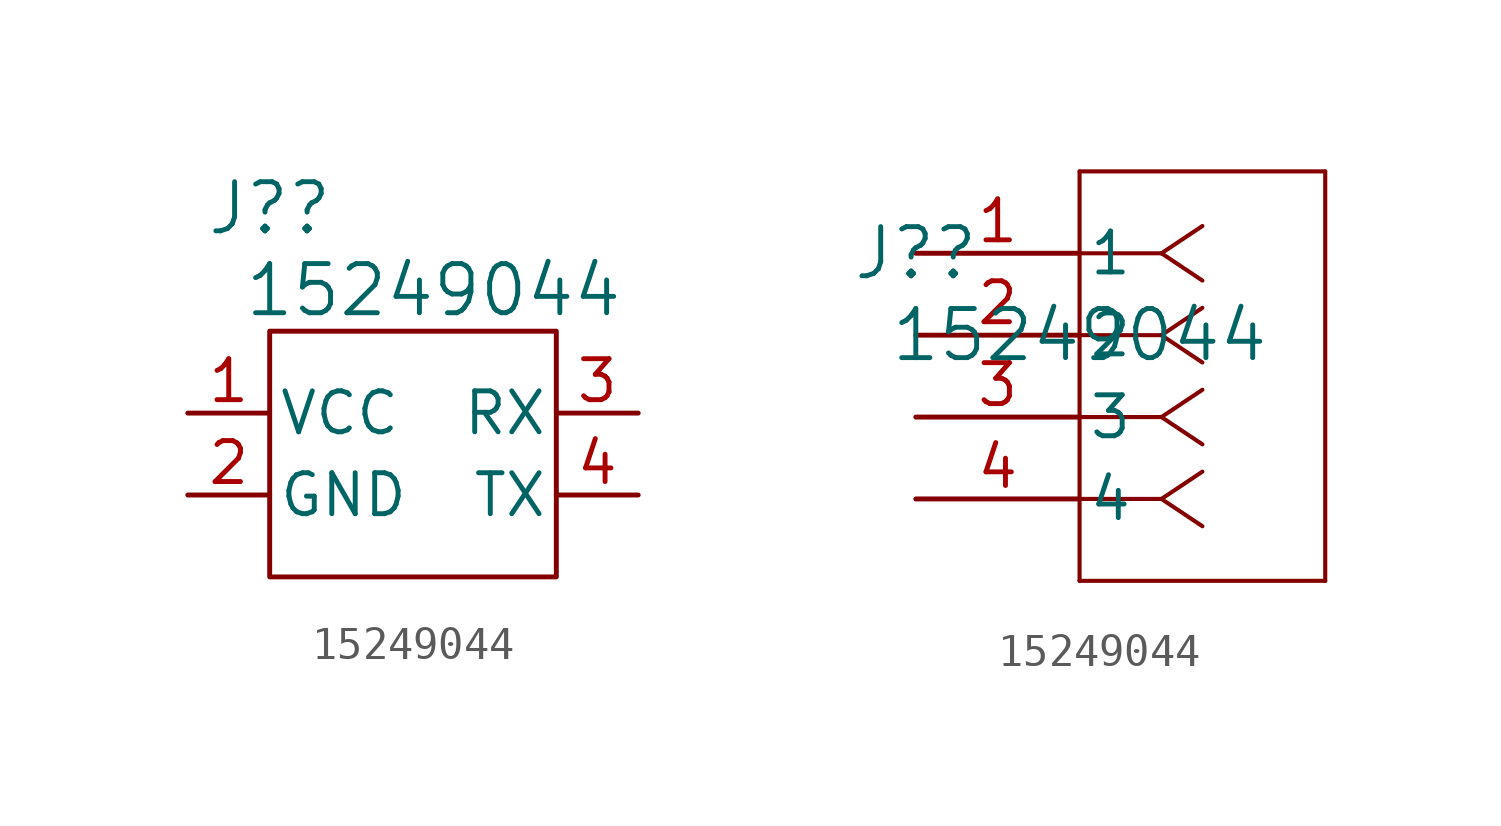
<source format=kicad_sym>
(kicad_symbol_lib
  (version 20220914)
  (generator kicad_symbol_editor)
  (symbol "15249044"
    (pin_names
      (offset 0.254))
    (property "Reference" "J?"
      (at 0 0 0)
      (effects (font (size 1.524 1.524))))
    (property "Value" "15249044"
      (at 5.08 -2.54 0)
      (effects (font (size 1.524 1.524))))
    (property "ki_locked" ""
      (at 0 0 0)
      (effects (font (size 1.27 1.27))))
    (symbol "15249044_1_1"
      (rectangle (start 0 -3.81) (end 8.89 -11.43) (stroke (width 0) (type default)) (fill (type none)))
      (pin input line (at -2.54 -6.35 0) (length 2.54) (name "VCC" (effects (font (size 1.27 1.27)))) (number "1" (effects (font (size 1.27 1.27)))))
      (pin input line (at -2.54 -8.89 0) (length 2.54) (name "GND" (effects (font (size 1.27 1.27)))) (number "2" (effects (font (size 1.27 1.27)))))
      (pin input line (at 11.43 -6.35 180) (length 2.54) (name "RX" (effects (font (size 1.27 1.27)))) (number "3" (effects (font (size 1.27 1.27)))))
      (pin input line (at 11.43 -8.89 180) (length 2.54) (name "TX" (effects (font (size 1.27 1.27)))) (number "4" (effects (font (size 1.27 1.27))))))
    (symbol "15249044_1_2"
      (polyline (pts (xy 5.08 -10.16) (xy 12.7 -10.16)) (stroke (width 0.127) (type default)) (fill (type none)))
      (polyline (pts (xy 5.08 2.54) (xy 5.08 -10.16)) (stroke (width 0.127) (type default)) (fill (type none)))
      (polyline (pts (xy 7.62 -7.62) (xy 5.08 -7.62)) (stroke (width 0.127) (type default)) (fill (type none)))
      (polyline (pts (xy 7.62 -7.62) (xy 8.89 -8.467)) (stroke (width 0.127) (type default)) (fill (type none)))
      (polyline (pts (xy 7.62 -7.62) (xy 8.89 -6.773)) (stroke (width 0.127) (type default)) (fill (type none)))
      (polyline (pts (xy 7.62 -5.08) (xy 5.08 -5.08)) (stroke (width 0.127) (type default)) (fill (type none)))
      (polyline (pts (xy 7.62 -5.08) (xy 8.89 -5.927)) (stroke (width 0.127) (type default)) (fill (type none)))
      (polyline (pts (xy 7.62 -5.08) (xy 8.89 -4.233)) (stroke (width 0.127) (type default)) (fill (type none)))
      (polyline (pts (xy 7.62 -2.54) (xy 5.08 -2.54)) (stroke (width 0.127) (type default)) (fill (type none)))
      (polyline (pts (xy 7.62 -2.54) (xy 8.89 -3.387)) (stroke (width 0.127) (type default)) (fill (type none)))
      (polyline (pts (xy 7.62 -2.54) (xy 8.89 -1.693)) (stroke (width 0.127) (type default)) (fill (type none)))
      (polyline (pts (xy 7.62 0) (xy 5.08 0)) (stroke (width 0.127) (type default)) (fill (type none)))
      (polyline (pts (xy 7.62 0) (xy 8.89 -0.847)) (stroke (width 0.127) (type default)) (fill (type none)))
      (polyline (pts (xy 7.62 0) (xy 8.89 0.847)) (stroke (width 0.127) (type default)) (fill (type none)))
      (polyline (pts (xy 12.7 -10.16) (xy 12.7 2.54)) (stroke (width 0.127) (type default)) (fill (type none)))
      (polyline (pts (xy 12.7 2.54) (xy 5.08 2.54)) (stroke (width 0.127) (type default)) (fill (type none)))
      (pin unspecified line (at 0 0 0) (length 5.08) (name "1" (effects (font (size 1.27 1.27)))) (number "1" (effects (font (size 1.27 1.27)))))
      (pin unspecified line (at 0 -2.54 0) (length 5.08) (name "2" (effects (font (size 1.27 1.27)))) (number "2" (effects (font (size 1.27 1.27)))))
      (pin unspecified line (at 0 -5.08 0) (length 5.08) (name "3" (effects (font (size 1.27 1.27)))) (number "3" (effects (font (size 1.27 1.27)))))
      (pin unspecified line (at 0 -7.62 0) (length 5.08) (name "4" (effects (font (size 1.27 1.27)))) (number "4" (effects (font (size 1.27 1.27))))))))
</source>
